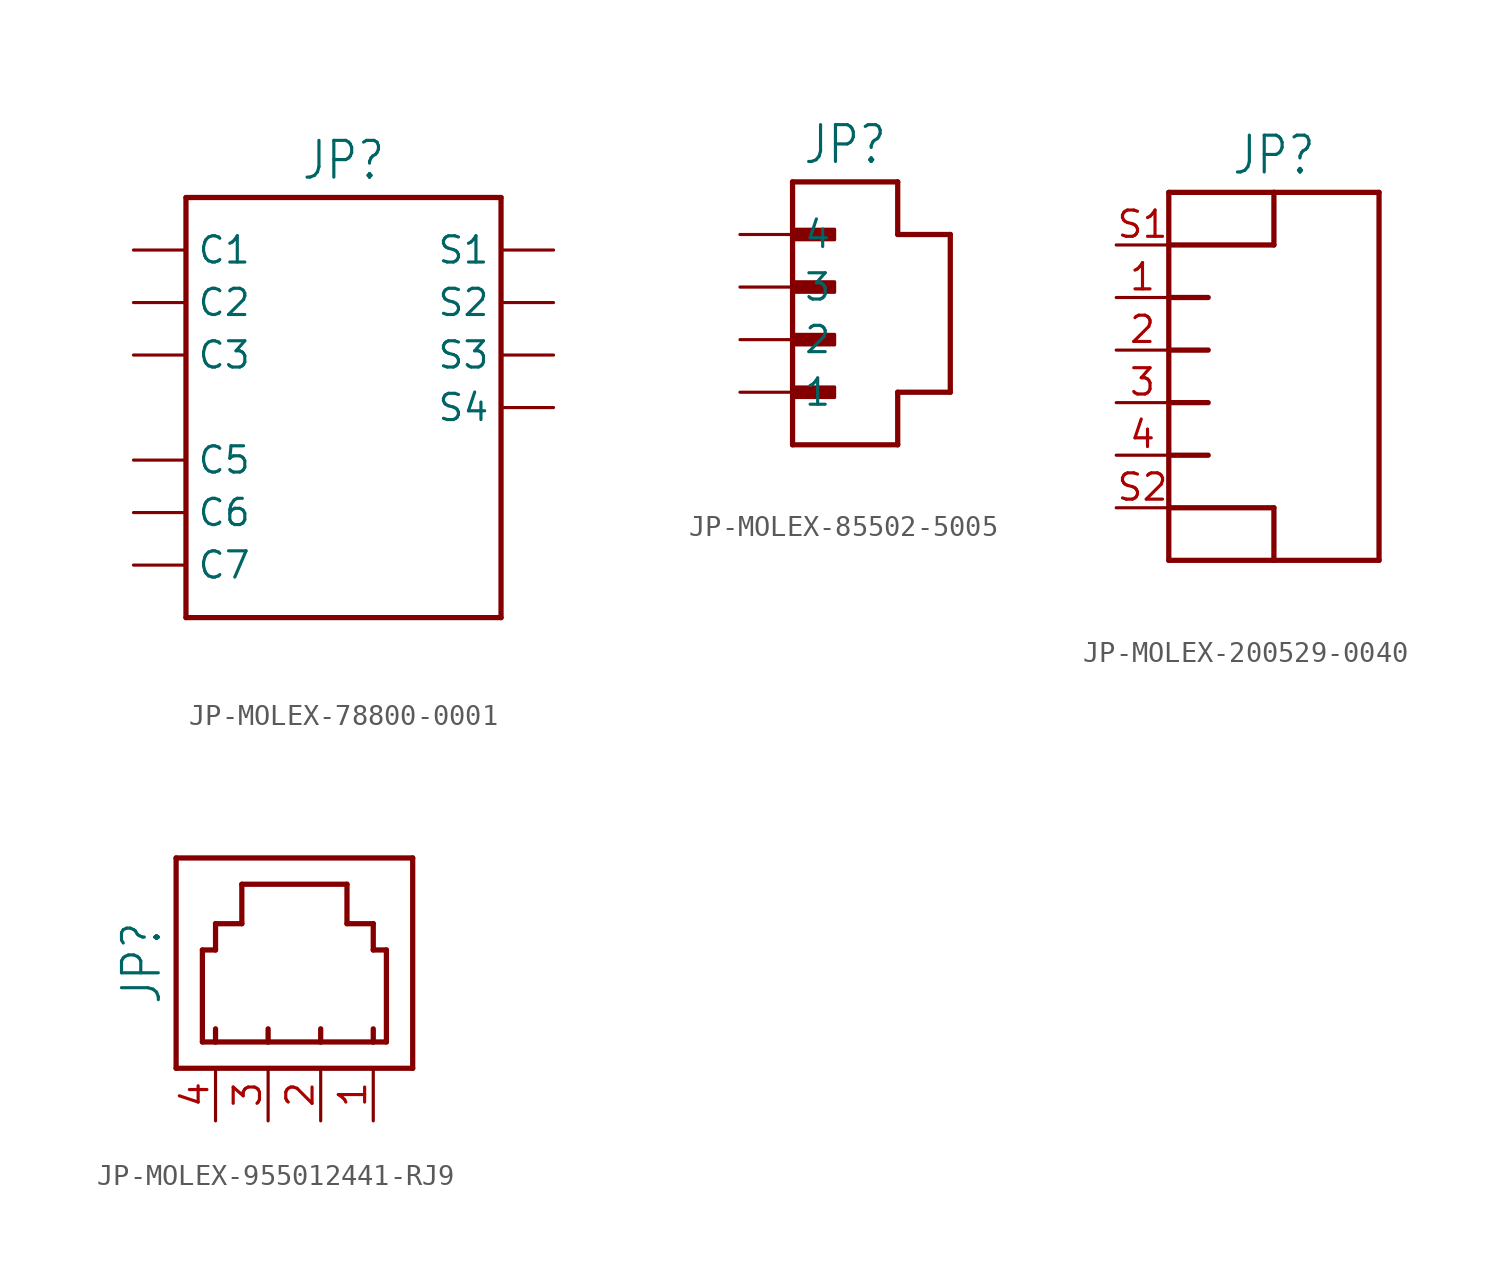
<source format=kicad_sym>
(kicad_symbol_lib
  (version 20231120)
  (generator "kicad_symbol_editor")
  (generator_version "8.0")
  (symbol "JP-MOLEX-78800-0001"
    (property "Reference" "JP"
      (at 0 10.922 0)
      (effects (font (size 1.778 1.511)) (justify bottom)))
    (property "Value" ""
      (at 0 -10.922 0)
      (effects (font (size 1.778 1.511)) (justify top)))
    (property "ki_locked" ""
      (at 0 0 0)
      (effects (font (size 1.27 1.27))))
    (symbol "JP-MOLEX-78800-0001_1_0"
      (polyline (pts (xy -7.62 10.16) (xy -7.62 -10.16)) (stroke (width 0.254) (type solid)) (fill (type none)))
      (polyline (pts (xy -7.62 10.16) (xy 7.62 10.16)) (stroke (width 0.254) (type solid)) (fill (type none)))
      (polyline (pts (xy 7.62 -10.16) (xy -7.62 -10.16)) (stroke (width 0.254) (type solid)) (fill (type none)))
      (polyline (pts (xy 7.62 10.16) (xy 7.62 -10.16)) (stroke (width 0.254) (type solid)) (fill (type none)))
      (pin passive line (at -10.16 7.62 0) (length 2.54) (name "C1" (effects (font (size 1.27 1.27)))) (number "1" (effects (font (size 0 0)))))
      (pin passive line (at 10.16 2.54 180) (length 2.54) (name "S3" (effects (font (size 1.27 1.27)))) (number "10" (effects (font (size 0 0)))))
      (pin passive line (at 10.16 0 180) (length 2.54) (name "S4" (effects (font (size 1.27 1.27)))) (number "11" (effects (font (size 0 0)))))
      (pin passive line (at -10.16 5.08 0) (length 2.54) (name "C2" (effects (font (size 1.27 1.27)))) (number "2" (effects (font (size 0 0)))))
      (pin passive line (at -10.16 2.54 0) (length 2.54) (name "C3" (effects (font (size 1.27 1.27)))) (number "3" (effects (font (size 0 0)))))
      (pin passive line (at -10.16 -2.54 0) (length 2.54) (name "C5" (effects (font (size 1.27 1.27)))) (number "5" (effects (font (size 0 0)))))
      (pin passive line (at -10.16 -5.08 0) (length 2.54) (name "C6" (effects (font (size 1.27 1.27)))) (number "6" (effects (font (size 0 0)))))
      (pin passive line (at -10.16 -7.62 0) (length 2.54) (name "C7" (effects (font (size 1.27 1.27)))) (number "7" (effects (font (size 0 0)))))
      (pin passive line (at 10.16 7.62 180) (length 2.54) (name "S1" (effects (font (size 1.27 1.27)))) (number "8" (effects (font (size 0 0)))))
      (pin passive line (at 10.16 5.08 180) (length 2.54) (name "S2" (effects (font (size 1.27 1.27)))) (number "9" (effects (font (size 0 0)))))))
  (symbol "JP-MOLEX-85502-5005"
    (property "Reference" "JP"
      (at 2.54 8.382 0)
      (effects (font (size 1.778 1.511)) (justify bottom)))
    (property "Value" ""
      (at 2.54 -5.842 0)
      (effects (font (size 1.778 1.511)) (justify top)))
    (property "ki_locked" ""
      (at 0 0 0)
      (effects (font (size 1.27 1.27))))
    (symbol "JP-MOLEX-85502-5005_1_0"
      (rectangle (start 0 -2.794) (end 2.032 -2.286) (stroke (width 0) (type default)) (fill (type outline)))
      (rectangle (start 0 -0.254) (end 2.032 0.254) (stroke (width 0) (type default)) (fill (type outline)))
      (polyline (pts (xy 0 -5.08) (xy 0 7.62)) (stroke (width 0.254) (type solid)) (fill (type none)))
      (polyline (pts (xy 0 7.62) (xy 5.08 7.62)) (stroke (width 0.254) (type solid)) (fill (type none)))
      (polyline (pts (xy 5.08 -5.08) (xy 0 -5.08)) (stroke (width 0.254) (type solid)) (fill (type none)))
      (polyline (pts (xy 5.08 -5.08) (xy 5.08 -2.54)) (stroke (width 0.254) (type solid)) (fill (type none)))
      (polyline (pts (xy 5.08 -2.54) (xy 7.62 -2.54)) (stroke (width 0.254) (type solid)) (fill (type none)))
      (polyline (pts (xy 5.08 5.08) (xy 5.08 7.62)) (stroke (width 0.254) (type solid)) (fill (type none)))
      (polyline (pts (xy 7.62 -2.54) (xy 7.62 5.08)) (stroke (width 0.254) (type solid)) (fill (type none)))
      (polyline (pts (xy 7.62 5.08) (xy 5.08 5.08)) (stroke (width 0.254) (type solid)) (fill (type none)))
      (rectangle (start 0 2.286) (end 2.032 2.794) (stroke (width 0) (type default)) (fill (type outline)))
      (rectangle (start 0 4.826) (end 2.032 5.334) (stroke (width 0) (type default)) (fill (type outline)))
      (pin passive line (at -2.54 -2.54 0) (length 2.54) (name "1" (effects (font (size 1.27 1.27)))) (number "1" (effects (font (size 0 0)))))
      (pin passive line (at -2.54 0 0) (length 2.54) (name "2" (effects (font (size 1.27 1.27)))) (number "2" (effects (font (size 0 0)))))
      (pin passive line (at -2.54 2.54 0) (length 2.54) (name "3" (effects (font (size 1.27 1.27)))) (number "3" (effects (font (size 0 0)))))
      (pin passive line (at -2.54 5.08 0) (length 2.54) (name "4" (effects (font (size 1.27 1.27)))) (number "4" (effects (font (size 0 0)))))))
  (symbol "JP-MOLEX-200529-0040"
    (property "Reference" "JP"
      (at 2.54 8.382 0)
      (effects (font (size 1.778 1.511)) (justify bottom)))
    (property "Value" ""
      (at 2.54 -10.922 0)
      (effects (font (size 1.778 1.511)) (justify top)))
    (property "ki_locked" ""
      (at 0 0 0)
      (effects (font (size 1.27 1.27))))
    (symbol "JP-MOLEX-200529-0040_1_0"
      (polyline (pts (xy -2.54 -10.16) (xy -2.54 -7.62)) (stroke (width 0.254) (type solid)) (fill (type none)))
      (polyline (pts (xy -2.54 -7.62) (xy -2.54 -5.08)) (stroke (width 0.254) (type solid)) (fill (type none)))
      (polyline (pts (xy -2.54 -7.62) (xy 2.54 -7.62)) (stroke (width 0.254) (type solid)) (fill (type none)))
      (polyline (pts (xy -2.54 -5.08) (xy -2.54 -2.54)) (stroke (width 0.254) (type solid)) (fill (type none)))
      (polyline (pts (xy -2.54 -5.08) (xy -0.635 -5.08)) (stroke (width 0.254) (type solid)) (fill (type none)))
      (polyline (pts (xy -2.54 -2.54) (xy -2.54 0)) (stroke (width 0.254) (type solid)) (fill (type none)))
      (polyline (pts (xy -2.54 -2.54) (xy -0.635 -2.54)) (stroke (width 0.254) (type solid)) (fill (type none)))
      (polyline (pts (xy -2.54 0) (xy -2.54 2.54)) (stroke (width 0.254) (type solid)) (fill (type none)))
      (polyline (pts (xy -2.54 0) (xy -0.635 0)) (stroke (width 0.254) (type solid)) (fill (type none)))
      (polyline (pts (xy -2.54 2.54) (xy -2.54 5.08)) (stroke (width 0.254) (type solid)) (fill (type none)))
      (polyline (pts (xy -2.54 2.54) (xy -0.635 2.54)) (stroke (width 0.254) (type solid)) (fill (type none)))
      (polyline (pts (xy -2.54 5.08) (xy -2.54 7.62)) (stroke (width 0.254) (type solid)) (fill (type none)))
      (polyline (pts (xy -2.54 5.08) (xy 2.54 5.08)) (stroke (width 0.254) (type solid)) (fill (type none)))
      (polyline (pts (xy -2.54 7.62) (xy 2.54 7.62)) (stroke (width 0.254) (type solid)) (fill (type none)))
      (polyline (pts (xy 2.54 -10.16) (xy -2.54 -10.16)) (stroke (width 0.254) (type solid)) (fill (type none)))
      (polyline (pts (xy 2.54 -7.62) (xy 2.54 -10.16)) (stroke (width 0.254) (type solid)) (fill (type none)))
      (polyline (pts (xy 2.54 5.08) (xy 2.54 7.62)) (stroke (width 0.254) (type solid)) (fill (type none)))
      (polyline (pts (xy 2.54 7.62) (xy 7.62 7.62)) (stroke (width 0.254) (type solid)) (fill (type none)))
      (polyline (pts (xy 7.62 -10.16) (xy 2.54 -10.16)) (stroke (width 0.254) (type solid)) (fill (type none)))
      (polyline (pts (xy 7.62 7.62) (xy 7.62 -10.16)) (stroke (width 0.254) (type solid)) (fill (type none)))
      (pin passive line (at -5.08 2.54 0) (length 2.54) (name "1" (effects (font (size 0 0)))) (number "1" (effects (font (size 1.27 1.27)))))
      (pin passive line (at -5.08 0 0) (length 2.54) (name "2" (effects (font (size 0 0)))) (number "2" (effects (font (size 1.27 1.27)))))
      (pin passive line (at -5.08 -2.54 0) (length 2.54) (name "3" (effects (font (size 0 0)))) (number "3" (effects (font (size 1.27 1.27)))))
      (pin passive line (at -5.08 -5.08 0) (length 2.54) (name "4" (effects (font (size 0 0)))) (number "4" (effects (font (size 1.27 1.27)))))
      (pin passive line (at -5.08 5.08 0) (length 2.54) (name "S1" (effects (font (size 0 0)))) (number "S1" (effects (font (size 1.27 1.27)))))
      (pin passive line (at -5.08 -7.62 0) (length 2.54) (name "S2" (effects (font (size 0 0)))) (number "S2" (effects (font (size 1.27 1.27)))))))
  (symbol "JP-MOLEX-955012441-RJ9"
    (property "Reference" "JP"
      (at -7.62 0 90)
      (effects (font (size 1.778 1.511)) (justify bottom)))
    (property "Value" ""
      (at 5.08 0 90)
      (effects (font (size 1.778 1.511)) (justify top)))
    (property "ki_locked" ""
      (at 0 0 0)
      (effects (font (size 1.27 1.27))))
    (symbol "JP-MOLEX-955012441-RJ9_1_0"
      (polyline (pts (xy -6.985 -5.08) (xy -6.985 5.08)) (stroke (width 0.254) (type solid)) (fill (type none)))
      (polyline (pts (xy -6.985 5.08) (xy 4.445 5.08)) (stroke (width 0.254) (type solid)) (fill (type none)))
      (polyline (pts (xy -5.715 -3.81) (xy -5.715 0.635)) (stroke (width 0.254) (type solid)) (fill (type none)))
      (polyline (pts (xy -5.715 0.635) (xy -5.08 0.635)) (stroke (width 0.254) (type solid)) (fill (type none)))
      (polyline (pts (xy -5.08 -3.81) (xy -5.715 -3.81)) (stroke (width 0.254) (type solid)) (fill (type none)))
      (polyline (pts (xy -5.08 -3.81) (xy -5.08 -3.175)) (stroke (width 0.254) (type solid)) (fill (type none)))
      (polyline (pts (xy -5.08 0.635) (xy -5.08 1.905)) (stroke (width 0.254) (type solid)) (fill (type none)))
      (polyline (pts (xy -5.08 1.905) (xy -3.81 1.905)) (stroke (width 0.254) (type solid)) (fill (type none)))
      (polyline (pts (xy -3.81 1.905) (xy -3.81 3.81)) (stroke (width 0.254) (type solid)) (fill (type none)))
      (polyline (pts (xy -3.81 3.81) (xy 1.27 3.81)) (stroke (width 0.254) (type solid)) (fill (type none)))
      (polyline (pts (xy -2.54 -3.81) (xy -5.08 -3.81)) (stroke (width 0.254) (type solid)) (fill (type none)))
      (polyline (pts (xy -2.54 -3.81) (xy -2.54 -3.175)) (stroke (width 0.254) (type solid)) (fill (type none)))
      (polyline (pts (xy 0 -3.81) (xy -2.54 -3.81)) (stroke (width 0.254) (type solid)) (fill (type none)))
      (polyline (pts (xy 0 -3.81) (xy 0 -3.175)) (stroke (width 0.254) (type solid)) (fill (type none)))
      (polyline (pts (xy 1.27 1.905) (xy 1.27 3.81)) (stroke (width 0.254) (type solid)) (fill (type none)))
      (polyline (pts (xy 2.54 -3.81) (xy 0 -3.81)) (stroke (width 0.254) (type solid)) (fill (type none)))
      (polyline (pts (xy 2.54 -3.81) (xy 2.54 -3.175)) (stroke (width 0.254) (type solid)) (fill (type none)))
      (polyline (pts (xy 2.54 0.635) (xy 2.54 1.905)) (stroke (width 0.254) (type solid)) (fill (type none)))
      (polyline (pts (xy 2.54 1.905) (xy 1.27 1.905)) (stroke (width 0.254) (type solid)) (fill (type none)))
      (polyline (pts (xy 3.175 -3.81) (xy 2.54 -3.81)) (stroke (width 0.254) (type solid)) (fill (type none)))
      (polyline (pts (xy 3.175 0.635) (xy 2.54 0.635)) (stroke (width 0.254) (type solid)) (fill (type none)))
      (polyline (pts (xy 3.175 0.635) (xy 3.175 -3.81)) (stroke (width 0.254) (type solid)) (fill (type none)))
      (polyline (pts (xy 4.445 -5.08) (xy -6.985 -5.08)) (stroke (width 0.254) (type solid)) (fill (type none)))
      (polyline (pts (xy 4.445 5.08) (xy 4.445 -5.08)) (stroke (width 0.254) (type solid)) (fill (type none)))
      (pin passive line (at 2.54 -7.62 90) (length 2.54) (name "1" (effects (font (size 0 0)))) (number "1" (effects (font (size 1.27 1.27)))))
      (pin passive line (at 0 -7.62 90) (length 2.54) (name "2" (effects (font (size 0 0)))) (number "2" (effects (font (size 1.27 1.27)))))
      (pin passive line (at -2.54 -7.62 90) (length 2.54) (name "3" (effects (font (size 0 0)))) (number "3" (effects (font (size 1.27 1.27)))))
      (pin passive line (at -5.08 -7.62 90) (length 2.54) (name "4" (effects (font (size 0 0)))) (number "4" (effects (font (size 1.27 1.27))))))))
</source>
